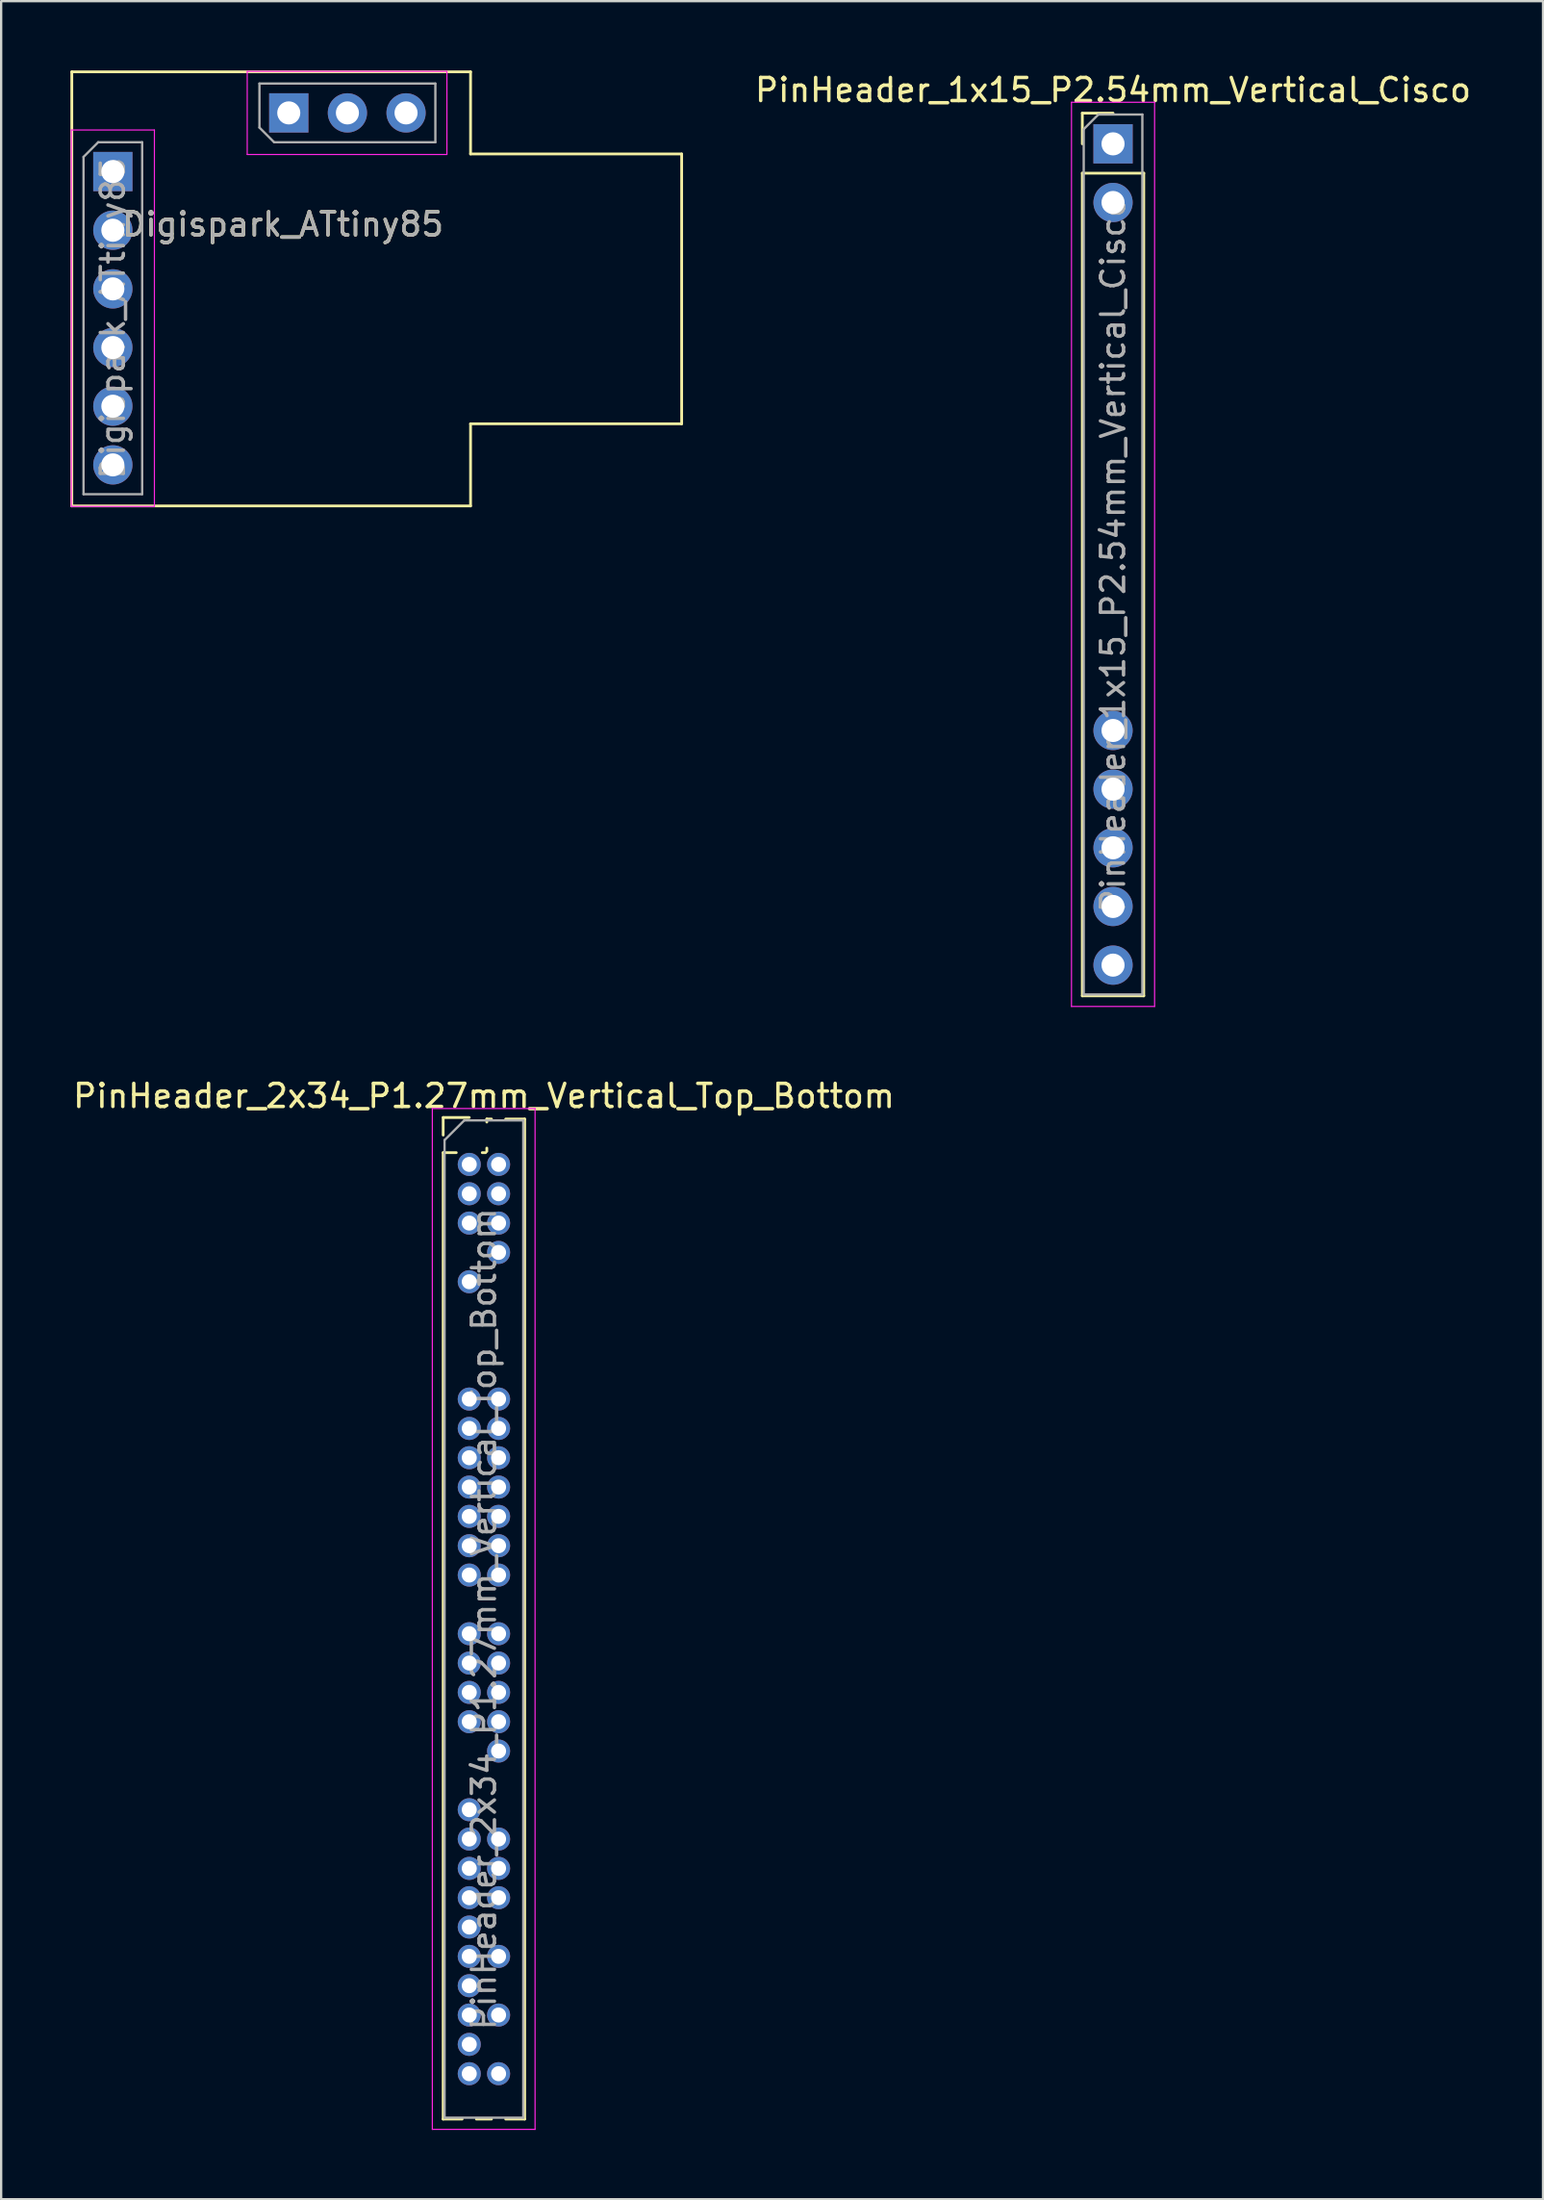
<source format=kicad_pcb>
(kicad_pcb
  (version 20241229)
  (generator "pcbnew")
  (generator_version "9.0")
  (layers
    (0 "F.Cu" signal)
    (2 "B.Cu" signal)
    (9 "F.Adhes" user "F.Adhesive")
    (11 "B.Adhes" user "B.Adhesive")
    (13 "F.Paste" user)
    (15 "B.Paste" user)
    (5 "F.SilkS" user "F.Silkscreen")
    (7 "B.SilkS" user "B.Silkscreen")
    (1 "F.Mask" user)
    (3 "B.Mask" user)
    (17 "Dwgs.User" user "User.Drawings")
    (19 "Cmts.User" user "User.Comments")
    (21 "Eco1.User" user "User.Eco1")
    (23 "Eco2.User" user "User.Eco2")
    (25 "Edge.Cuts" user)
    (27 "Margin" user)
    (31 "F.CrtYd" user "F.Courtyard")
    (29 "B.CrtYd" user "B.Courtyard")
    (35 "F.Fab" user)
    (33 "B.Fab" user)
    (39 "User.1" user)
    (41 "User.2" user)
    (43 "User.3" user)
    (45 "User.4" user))
  (footprint "Digispark_ATtiny85"
    (layer "F.Cu")
    (at 1.838 4.378)
    (property "Reference" "Digispark_ATtiny85" (at 7.366 2.286 180) (layer "F.SilkS") (effects (font (size 1 1) (thickness 0.15))))
    (attr through_hole)
    (fp_line (start -1.778 -4.318) (end 15.494 -4.318) (stroke (width 0.12) (type solid)) (layer "F.SilkS"))
    (fp_line (start -1.778 14.478) (end -1.778 -4.318) (stroke (width 0.12) (type solid)) (layer "F.SilkS"))
    (fp_line (start 15.494 -4.318) (end 15.494 -0.762) (stroke (width 0.12) (type solid)) (layer "F.SilkS"))
    (fp_line (start 15.494 -0.762) (end 24.638 -0.762) (stroke (width 0.12) (type solid)) (layer "F.SilkS"))
    (fp_line (start 15.494 10.922) (end 15.494 14.478) (stroke (width 0.12) (type solid)) (layer "F.SilkS"))
    (fp_line (start 15.494 14.478) (end -1.778 14.478) (stroke (width 0.12) (type solid)) (layer "F.SilkS"))
    (fp_line (start 24.638 -0.762) (end 24.638 10.922) (stroke (width 0.12) (type solid)) (layer "F.SilkS"))
    (fp_line (start 24.638 10.922) (end 15.494 10.922) (stroke (width 0.12) (type solid)) (layer "F.SilkS"))
    (fp_line (start -1.8 -1.8) (end -1.8 14.5) (stroke (width 0.05) (type solid)) (layer "F.CrtYd"))
    (fp_line (start -1.8 14.5) (end 1.8 14.5) (stroke (width 0.05) (type solid)) (layer "F.CrtYd"))
    (fp_line (start 1.8 -1.8) (end -1.8 -1.8) (stroke (width 0.05) (type solid)) (layer "F.CrtYd"))
    (fp_line (start 1.8 14.5) (end 1.8 -1.8) (stroke (width 0.05) (type solid)) (layer "F.CrtYd"))
    (fp_line (start 5.82 -4.34) (end 5.82 -0.74) (stroke (width 0.05) (type solid)) (layer "F.CrtYd"))
    (fp_line (start 5.82 -0.74) (end 14.47 -0.74) (stroke (width 0.05) (type solid)) (layer "F.CrtYd"))
    (fp_line (start 14.47 -4.34) (end 5.82 -4.34) (stroke (width 0.05) (type solid)) (layer "F.CrtYd"))
    (fp_line (start 14.47 -0.74) (end 14.47 -4.34) (stroke (width 0.05) (type solid)) (layer "F.CrtYd"))
    (fp_line (start -1.27 -0.635) (end -0.635 -1.27) (stroke (width 0.1) (type solid)) (layer "F.Fab"))
    (fp_line (start -1.27 13.97) (end -1.27 -0.635) (stroke (width 0.1) (type solid)) (layer "F.Fab"))
    (fp_line (start -0.635 -1.27) (end 1.27 -1.27) (stroke (width 0.1) (type solid)) (layer "F.Fab"))
    (fp_line (start 1.27 -1.27) (end 1.27 13.97) (stroke (width 0.1) (type solid)) (layer "F.Fab"))
    (fp_line (start 1.27 13.97) (end -1.27 13.97) (stroke (width 0.1) (type solid)) (layer "F.Fab"))
    (fp_line (start 6.35 -3.81) (end 13.97 -3.81) (stroke (width 0.1) (type solid)) (layer "F.Fab"))
    (fp_line (start 6.35 -1.905) (end 6.35 -3.81) (stroke (width 0.1) (type solid)) (layer "F.Fab"))
    (fp_line (start 6.985 -1.27) (end 6.35 -1.905) (stroke (width 0.1) (type solid)) (layer "F.Fab"))
    (fp_line (start 13.97 -3.81) (end 13.97 -1.27) (stroke (width 0.1) (type solid)) (layer "F.Fab"))
    (fp_line (start 13.97 -1.27) (end 6.985 -1.27) (stroke (width 0.1) (type solid)) (layer "F.Fab"))
    (fp_text user "${REFERENCE}" (at 0 6.35 90) (layer "F.Fab") (effects (font (size 1 1) (thickness 0.15))))
    (fp_text user "${REFERENCE}" (at 7.366 2.286 180) (layer "F.Fab") (effects (font (size 1 1) (thickness 0.15))))
    (pad "1" thru_hole rect (at 0 0) (size 1.7 1.7) (drill 1) (layers "*.Cu" "*.Mask"))
    (pad "2" thru_hole oval (at 0 2.54) (size 1.7 1.7) (drill 1) (layers "*.Cu" "*.Mask"))
    (pad "3" thru_hole oval (at 0 5.08) (size 1.7 1.7) (drill 1) (layers "*.Cu" "*.Mask"))
    (pad "4" thru_hole oval (at 0 7.62) (size 1.7 1.7) (drill 1) (layers "*.Cu" "*.Mask"))
    (pad "5" thru_hole oval (at 0 10.16) (size 1.7 1.7) (drill 1) (layers "*.Cu" "*.Mask"))
    (pad "6" thru_hole oval (at 0 12.7) (size 1.7 1.7) (drill 1) (layers "*.Cu" "*.Mask"))
    (pad "7" thru_hole rect (at 7.62 -2.54 90) (size 1.7 1.7) (drill 1) (layers "*.Cu" "*.Mask"))
    (pad "8" thru_hole oval (at 10.16 -2.54 90) (size 1.7 1.7) (drill 1) (layers "*.Cu" "*.Mask"))
    (pad "9" thru_hole oval (at 12.7 -2.54 90) (size 1.7 1.7) (drill 1) (layers "*.Cu" "*.Mask")))
  (footprint "PinHeader_2x34_P1.27mm_Vertical_Top_Bottom"
    (layer "F.Cu")
    (at 17.276 46.096)
    (property "Reference" "PinHeader_2x34_P1.27mm_Vertical_Top_Bottom" (at 0.635 -1.695 0) (layer "F.SilkS") (effects (font (size 1 1) (thickness 0.15))))
    (attr through_hole)
    (fp_line (start -1.13 -0.76) (end 0 -0.76) (stroke (width 0.12) (type solid)) (layer "F.SilkS"))
    (fp_line (start -1.13 0) (end -1.13 -0.76) (stroke (width 0.12) (type solid)) (layer "F.SilkS"))
    (fp_line (start -1.13 0.76) (end -1.13 42.605) (stroke (width 0.12) (type solid)) (layer "F.SilkS"))
    (fp_line (start -1.13 0.76) (end -0.563 0.76) (stroke (width 0.12) (type solid)) (layer "F.SilkS"))
    (fp_line (start -1.13 42.605) (end -0.308 42.605) (stroke (width 0.12) (type solid)) (layer "F.SilkS"))
    (fp_line (start 0.308 42.605) (end 0.962 42.605) (stroke (width 0.12) (type solid)) (layer "F.SilkS"))
    (fp_line (start 0.563 0.76) (end 0.707 0.76) (stroke (width 0.12) (type solid)) (layer "F.SilkS"))
    (fp_line (start 0.76 -0.695) (end 0.962 -0.695) (stroke (width 0.12) (type solid)) (layer "F.SilkS"))
    (fp_line (start 0.76 -0.563) (end 0.76 -0.695) (stroke (width 0.12) (type solid)) (layer "F.SilkS"))
    (fp_line (start 0.76 0.707) (end 0.76 0.563) (stroke (width 0.12) (type solid)) (layer "F.SilkS"))
    (fp_line (start 1.578 -0.695) (end 2.4 -0.695) (stroke (width 0.12) (type solid)) (layer "F.SilkS"))
    (fp_line (start 1.578 42.605) (end 2.4 42.605) (stroke (width 0.12) (type solid)) (layer "F.SilkS"))
    (fp_line (start 2.4 -0.695) (end 2.4 42.605) (stroke (width 0.12) (type solid)) (layer "F.SilkS"))
    (fp_line (start -1.6 -1.15) (end -1.6 43.05) (stroke (width 0.05) (type solid)) (layer "F.CrtYd"))
    (fp_line (start -1.6 43.05) (end 2.85 43.05) (stroke (width 0.05) (type solid)) (layer "F.CrtYd"))
    (fp_line (start 2.85 -1.15) (end -1.6 -1.15) (stroke (width 0.05) (type solid)) (layer "F.CrtYd"))
    (fp_line (start 2.85 43.05) (end 2.85 -1.15) (stroke (width 0.05) (type solid)) (layer "F.CrtYd"))
    (fp_line (start -1.07 0.217) (end -0.217 -0.635) (stroke (width 0.1) (type solid)) (layer "F.Fab"))
    (fp_line (start -1.07 42.545) (end -1.07 0.217) (stroke (width 0.1) (type solid)) (layer "F.Fab"))
    (fp_line (start -0.217 -0.635) (end 2.34 -0.635) (stroke (width 0.1) (type solid)) (layer "F.Fab"))
    (fp_line (start 2.34 -0.635) (end 2.34 42.545) (stroke (width 0.1) (type solid)) (layer "F.Fab"))
    (fp_line (start 2.34 42.545) (end -1.07 42.545) (stroke (width 0.1) (type solid)) (layer "F.Fab"))
    (fp_text user "${REFERENCE}" (at 0.635 20.955 90) (layer "F.Fab") (effects (font (size 1 1) (thickness 0.15))))
    (pad "2" thru_hole oval (at 0 1.27) (size 1 1) (drill 0.65) (layers "*.Cu" "*.Mask"))
    (pad "3" thru_hole oval (at 0 2.54) (size 1 1) (drill 0.65) (layers "*.Cu" "*.Mask"))
    (pad "4" thru_hole oval (at 0 3.81) (size 1 1) (drill 0.65) (layers "*.Cu" "*.Mask"))
    (pad "6" thru_hole oval (at 0 6.35) (size 1 1) (drill 0.65) (layers "*.Cu" "*.Mask"))
    (pad "10" thru_hole oval (at 0 11.43) (size 1 1) (drill 0.65) (layers "*.Cu" "*.Mask"))
    (pad "11" thru_hole oval (at 0 12.7) (size 1 1) (drill 0.65) (layers "*.Cu" "*.Mask"))
    (pad "12" thru_hole oval (at 0 13.97) (size 1 1) (drill 0.65) (layers "*.Cu" "*.Mask"))
    (pad "13" thru_hole oval (at 0 15.24) (size 1 1) (drill 0.65) (layers "*.Cu" "*.Mask"))
    (pad "14" thru_hole oval (at 0 16.51) (size 1 1) (drill 0.65) (layers "*.Cu" "*.Mask"))
    (pad "15" thru_hole oval (at 0 17.78) (size 1 1) (drill 0.65) (layers "*.Cu" "*.Mask"))
    (pad "16" thru_hole oval (at 0 19.05) (size 1 1) (drill 0.65) (layers "*.Cu" "*.Mask"))
    (pad "18" thru_hole oval (at 0 21.59) (size 1 1) (drill 0.65) (layers "*.Cu" "*.Mask"))
    (pad "19" thru_hole oval (at 0 22.86) (size 1 1) (drill 0.65) (layers "*.Cu" "*.Mask"))
    (pad "20" thru_hole oval (at 0 24.13) (size 1 1) (drill 0.65) (layers "*.Cu" "*.Mask"))
    (pad "21" thru_hole oval (at 0 25.4) (size 1 1) (drill 0.65) (layers "*.Cu" "*.Mask"))
    (pad "24" thru_hole oval (at 0 29.21) (size 1 1) (drill 0.65) (layers "*.Cu" "*.Mask"))
    (pad "25" thru_hole oval (at 0 30.48) (size 1 1) (drill 0.65) (layers "*.Cu" "*.Mask"))
    (pad "26" thru_hole oval (at 0 31.75) (size 1 1) (drill 0.65) (layers "*.Cu" "*.Mask"))
    (pad "27" thru_hole oval (at 0 33.02) (size 1 1) (drill 0.65) (layers "*.Cu" "*.Mask"))
    (pad "28" thru_hole oval (at 0 34.29) (size 1 1) (drill 0.65) (layers "*.Cu" "*.Mask"))
    (pad "29" thru_hole oval (at 0 35.56) (size 1 1) (drill 0.65) (layers "*.Cu" "*.Mask"))
    (pad "30" thru_hole oval (at 0 36.83) (size 1 1) (drill 0.65) (layers "*.Cu" "*.Mask"))
    (pad "31" thru_hole oval (at 0 38.1) (size 1 1) (drill 0.65) (layers "*.Cu" "*.Mask"))
    (pad "32" thru_hole oval (at 0 39.37) (size 1 1) (drill 0.65) (layers "*.Cu" "*.Mask"))
    (pad "33" thru_hole oval (at 0 40.64) (size 1 1) (drill 0.65) (layers "*.Cu" "*.Mask"))
    (pad "36" thru_hole oval (at 1.27 1.27) (size 1 1) (drill 0.65) (layers "*.Cu" "*.Mask"))
    (pad "37" thru_hole oval (at 1.27 2.54) (size 1 1) (drill 0.65) (layers "*.Cu" "*.Mask"))
    (pad "38" thru_hole oval (at 1.27 3.81) (size 1 1) (drill 0.65) (layers "*.Cu" "*.Mask"))
    (pad "39" thru_hole oval (at 1.27 5.08) (size 1 1) (drill 0.65) (layers "*.Cu" "*.Mask"))
    (pad "44" thru_hole oval (at 1.27 11.43) (size 1 1) (drill 0.65) (layers "*.Cu" "*.Mask"))
    (pad "45" thru_hole oval (at 1.27 12.7) (size 1 1) (drill 0.65) (layers "*.Cu" "*.Mask"))
    (pad "46" thru_hole oval (at 1.27 13.97) (size 1 1) (drill 0.65) (layers "*.Cu" "*.Mask"))
    (pad "47" thru_hole oval (at 1.27 15.24) (size 1 1) (drill 0.65) (layers "*.Cu" "*.Mask"))
    (pad "48" thru_hole oval (at 1.27 16.51) (size 1 1) (drill 0.65) (layers "*.Cu" "*.Mask"))
    (pad "49" thru_hole oval (at 1.27 17.78) (size 1 1) (drill 0.65) (layers "*.Cu" "*.Mask"))
    (pad "50" thru_hole oval (at 1.27 19.05) (size 1 1) (drill 0.65) (layers "*.Cu" "*.Mask"))
    (pad "52" thru_hole oval (at 1.27 21.59) (size 1 1) (drill 0.65) (layers "*.Cu" "*.Mask"))
    (pad "53" thru_hole oval (at 1.27 22.86) (size 1 1) (drill 0.65) (layers "*.Cu" "*.Mask"))
    (pad "54" thru_hole oval (at 1.27 24.13) (size 1 1) (drill 0.65) (layers "*.Cu" "*.Mask"))
    (pad "55" thru_hole oval (at 1.27 25.4) (size 1 1) (drill 0.65) (layers "*.Cu" "*.Mask"))
    (pad "56" thru_hole oval (at 1.27 26.67) (size 1 1) (drill 0.65) (layers "*.Cu" "*.Mask"))
    (pad "59" thru_hole oval (at 1.27 30.48) (size 1 1) (drill 0.65) (layers "*.Cu" "*.Mask"))
    (pad "60" thru_hole oval (at 1.27 31.75) (size 1 1) (drill 0.65) (layers "*.Cu" "*.Mask"))
    (pad "61" thru_hole oval (at 1.27 33.02) (size 1 1) (drill 0.65) (layers "*.Cu" "*.Mask"))
    (pad "63" thru_hole oval (at 1.27 35.56) (size 1 1) (drill 0.65) (layers "*.Cu" "*.Mask"))
    (pad "65" thru_hole oval (at 1.27 38.1) (size 1 1) (drill 0.65) (layers "*.Cu" "*.Mask"))
    (pad "67" thru_hole oval (at 1.27 40.64) (size 1 1) (drill 0.65) (layers "*.Cu" "*.Mask")))
  (footprint "PinHeader_1x15_P2.54mm_Vertical_Cisco"
    (layer "F.Cu")
    (at 45.161 3.178)
    (property "Reference" "PinHeader_1x15_P2.54mm_Vertical_Cisco" (at 0 -2.33 0) (layer "F.SilkS") (effects (font (size 1 1) (thickness 0.15))))
    (attr through_hole)
    (fp_line (start -1.33 -1.33) (end 0 -1.33) (stroke (width 0.12) (type solid)) (layer "F.SilkS"))
    (fp_line (start -1.33 0) (end -1.33 -1.33) (stroke (width 0.12) (type solid)) (layer "F.SilkS"))
    (fp_line (start -1.33 1.27) (end -1.33 36.89) (stroke (width 0.12) (type solid)) (layer "F.SilkS"))
    (fp_line (start -1.33 1.27) (end 1.33 1.27) (stroke (width 0.12) (type solid)) (layer "F.SilkS"))
    (fp_line (start -1.33 36.89) (end 1.33 36.89) (stroke (width 0.12) (type solid)) (layer "F.SilkS"))
    (fp_line (start 1.33 1.27) (end 1.33 36.89) (stroke (width 0.12) (type solid)) (layer "F.SilkS"))
    (fp_line (start -1.8 -1.8) (end -1.8 37.35) (stroke (width 0.05) (type solid)) (layer "F.CrtYd"))
    (fp_line (start -1.8 37.35) (end 1.8 37.35) (stroke (width 0.05) (type solid)) (layer "F.CrtYd"))
    (fp_line (start 1.8 -1.8) (end -1.8 -1.8) (stroke (width 0.05) (type solid)) (layer "F.CrtYd"))
    (fp_line (start 1.8 37.35) (end 1.8 -1.8) (stroke (width 0.05) (type solid)) (layer "F.CrtYd"))
    (fp_line (start -1.27 -0.635) (end -0.635 -1.27) (stroke (width 0.1) (type solid)) (layer "F.Fab"))
    (fp_line (start -1.27 36.83) (end -1.27 -0.635) (stroke (width 0.1) (type solid)) (layer "F.Fab"))
    (fp_line (start -0.635 -1.27) (end 1.27 -1.27) (stroke (width 0.1) (type solid)) (layer "F.Fab"))
    (fp_line (start 1.27 -1.27) (end 1.27 36.83) (stroke (width 0.1) (type solid)) (layer "F.Fab"))
    (fp_line (start 1.27 36.83) (end -1.27 36.83) (stroke (width 0.1) (type solid)) (layer "F.Fab"))
    (fp_text user "${REFERENCE}" (at 0 17.78 90) (layer "F.Fab") (effects (font (size 1 1) (thickness 0.15))))
    (pad "1" thru_hole rect (at 0 0) (size 1.7 1.7) (drill 1) (layers "*.Cu" "*.Mask"))
    (pad "2" thru_hole oval (at 0 2.54) (size 1.7 1.7) (drill 1) (layers "*.Cu" "*.Mask"))
    (pad "11" thru_hole oval (at 0 25.4) (size 1.7 1.7) (drill 1) (layers "*.Cu" "*.Mask"))
    (pad "12" thru_hole oval (at 0 27.94) (size 1.7 1.7) (drill 1) (layers "*.Cu" "*.Mask"))
    (pad "13" thru_hole oval (at 0 30.48) (size 1.7 1.7) (drill 1) (layers "*.Cu" "*.Mask"))
    (pad "14" thru_hole oval (at 0 33.02) (size 1.7 1.7) (drill 1) (layers "*.Cu" "*.Mask"))
    (pad "15" thru_hole oval (at 0 35.56) (size 1.7 1.7) (drill 1) (layers "*.Cu" "*.Mask")))
  (gr_rect
    (start -3 -3)
    (end 63.786 92.171)
    (stroke (width 0.1) (type default))
    (fill no)
    (layer "Edge.Cuts")))
</source>
